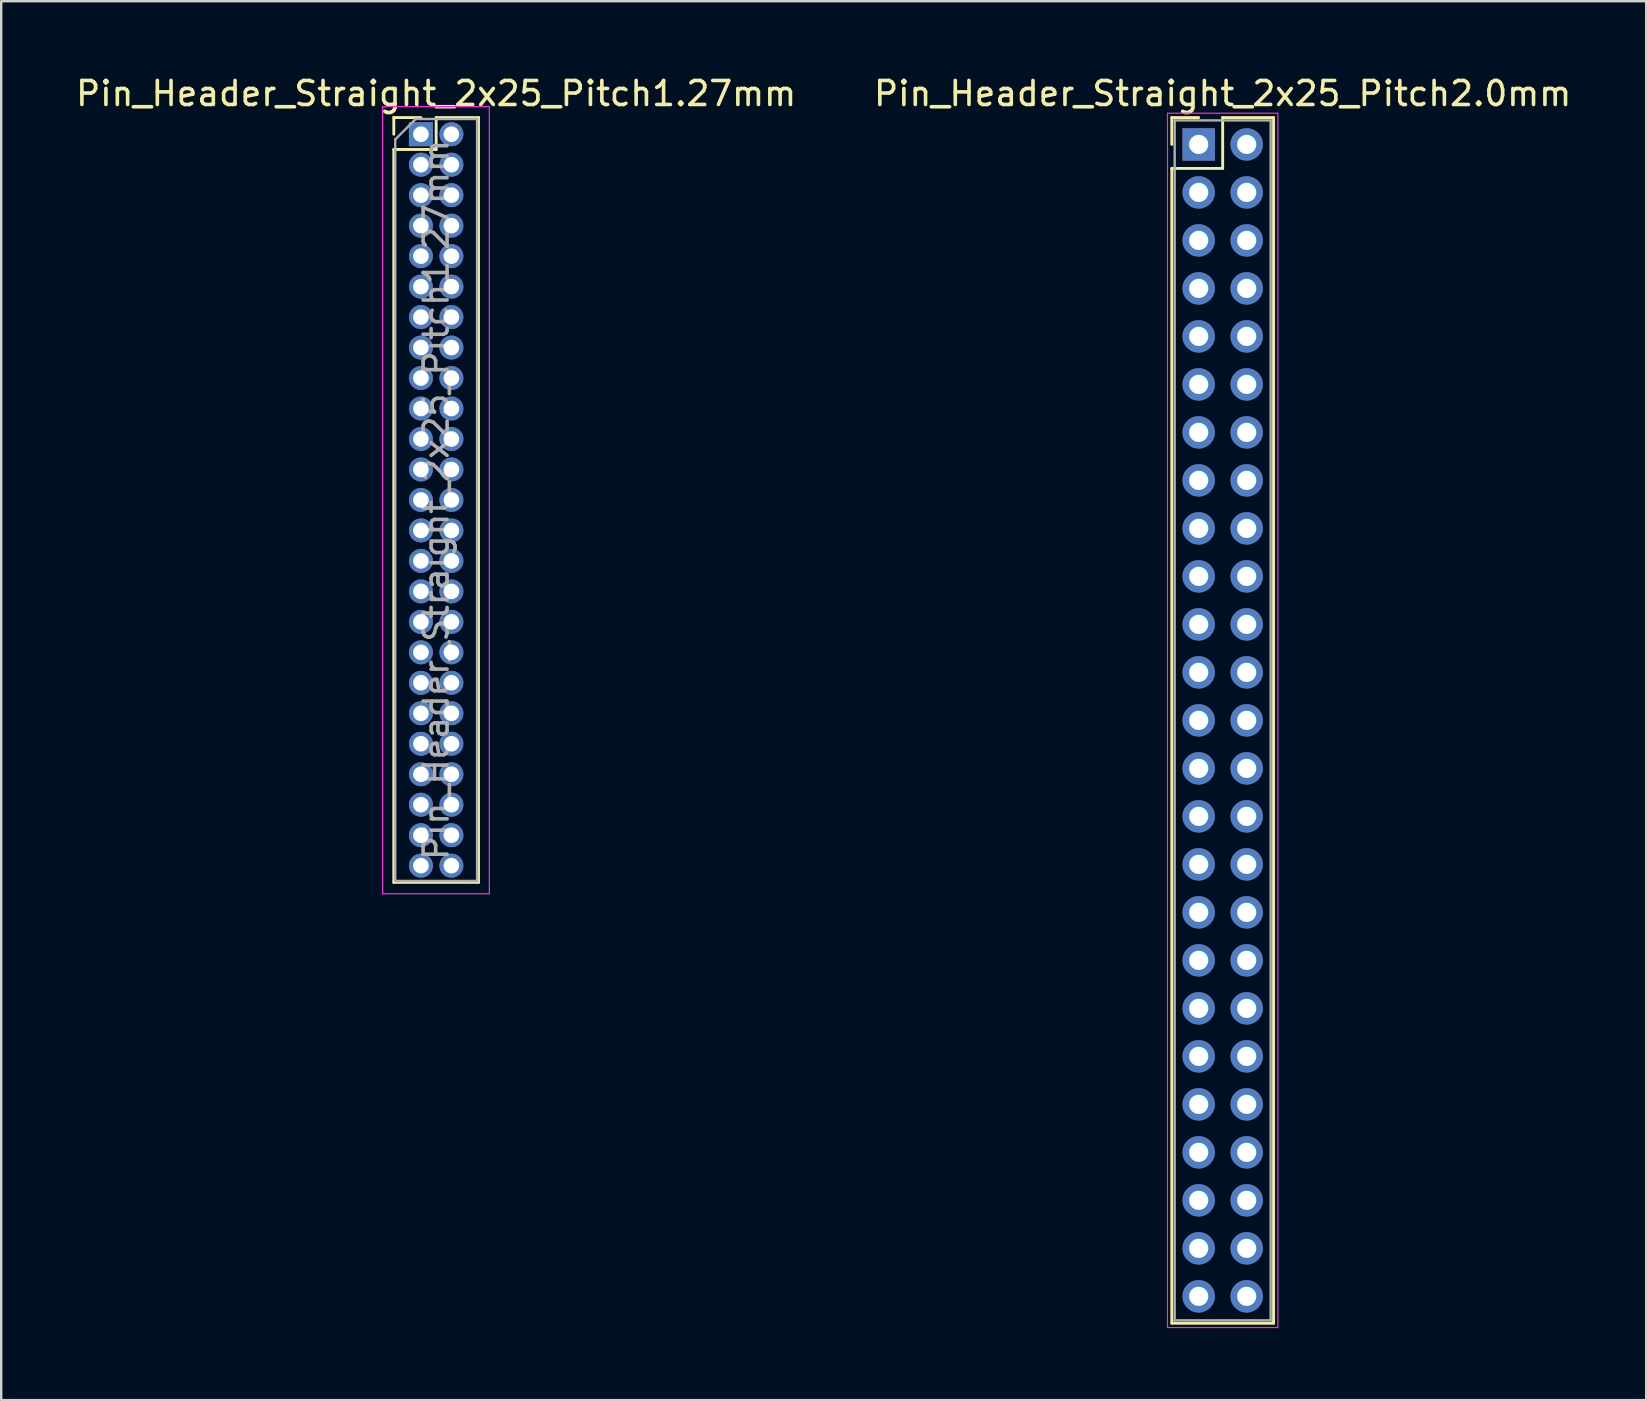
<source format=kicad_pcb>
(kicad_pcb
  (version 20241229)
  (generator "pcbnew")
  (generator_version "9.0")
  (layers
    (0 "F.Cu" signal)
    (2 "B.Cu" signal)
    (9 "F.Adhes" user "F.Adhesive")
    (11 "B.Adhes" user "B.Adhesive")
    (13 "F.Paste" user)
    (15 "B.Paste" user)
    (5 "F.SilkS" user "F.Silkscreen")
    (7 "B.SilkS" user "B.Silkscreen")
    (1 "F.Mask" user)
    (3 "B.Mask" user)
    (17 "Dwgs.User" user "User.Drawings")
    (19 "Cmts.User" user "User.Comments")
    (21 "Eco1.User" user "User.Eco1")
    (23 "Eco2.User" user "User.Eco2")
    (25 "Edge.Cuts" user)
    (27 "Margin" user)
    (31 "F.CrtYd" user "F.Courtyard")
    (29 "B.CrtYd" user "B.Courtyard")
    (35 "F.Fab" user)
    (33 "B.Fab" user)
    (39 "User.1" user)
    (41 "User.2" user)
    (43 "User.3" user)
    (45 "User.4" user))
  (footprint "Pin_Header_Straight_2x25_Pitch2.0mm"
    (layer "F.Cu")
    (at 46.899 2.968)
    (property "Reference" "Pin_Header_Straight_2x25_Pitch2.0mm" (at 1 -2.12 0) (layer "F.SilkS") (effects (font (size 1 1) (thickness 0.15))))
    (attr through_hole)
    (fp_line (start -1.12 -1.12) (end 0 -1.12) (stroke (width 0.12) (type solid)) (layer "F.SilkS"))
    (fp_line (start -1.12 0) (end -1.12 -1.12) (stroke (width 0.12) (type solid)) (layer "F.SilkS"))
    (fp_line (start -1.12 1) (end -1.12 49.12) (stroke (width 0.12) (type solid)) (layer "F.SilkS"))
    (fp_line (start -1.12 49.12) (end 3.12 49.12) (stroke (width 0.12) (type solid)) (layer "F.SilkS"))
    (fp_line (start 1 -1.12) (end 1 1) (stroke (width 0.12) (type solid)) (layer "F.SilkS"))
    (fp_line (start 1 1) (end -1.12 1) (stroke (width 0.12) (type solid)) (layer "F.SilkS"))
    (fp_line (start 3.12 -1.12) (end 1 -1.12) (stroke (width 0.12) (type solid)) (layer "F.SilkS"))
    (fp_line (start 3.12 49.12) (end 3.12 -1.12) (stroke (width 0.12) (type solid)) (layer "F.SilkS"))
    (fp_line (start -1.3 -1.3) (end -1.3 49.3) (stroke (width 0.05) (type solid)) (layer "F.CrtYd"))
    (fp_line (start -1.3 49.3) (end 3.3 49.3) (stroke (width 0.05) (type solid)) (layer "F.CrtYd"))
    (fp_line (start 3.3 -1.3) (end -1.3 -1.3) (stroke (width 0.05) (type solid)) (layer "F.CrtYd"))
    (fp_line (start 3.3 49.3) (end 3.3 -1.3) (stroke (width 0.05) (type solid)) (layer "F.CrtYd"))
    (fp_line (start -1 -1) (end -1 49) (stroke (width 0.1) (type solid)) (layer "F.Fab"))
    (fp_line (start -1 49) (end 3 49) (stroke (width 0.1) (type solid)) (layer "F.Fab"))
    (fp_line (start 3 -1) (end -1 -1) (stroke (width 0.1) (type solid)) (layer "F.Fab"))
    (fp_line (start 3 49) (end 3 -1) (stroke (width 0.1) (type solid)) (layer "F.Fab"))
    (pad "1" thru_hole rect (at 0 0) (size 1.35 1.35) (drill 0.8) (layers "*.Cu" "*.Mask"))
    (pad "2" thru_hole oval (at 2 0) (size 1.35 1.35) (drill 0.8) (layers "*.Cu" "*.Mask"))
    (pad "3" thru_hole oval (at 0 2) (size 1.35 1.35) (drill 0.8) (layers "*.Cu" "*.Mask"))
    (pad "4" thru_hole oval (at 2 2) (size 1.35 1.35) (drill 0.8) (layers "*.Cu" "*.Mask"))
    (pad "5" thru_hole oval (at 0 4) (size 1.35 1.35) (drill 0.8) (layers "*.Cu" "*.Mask"))
    (pad "6" thru_hole oval (at 2 4) (size 1.35 1.35) (drill 0.8) (layers "*.Cu" "*.Mask"))
    (pad "7" thru_hole oval (at 0 6) (size 1.35 1.35) (drill 0.8) (layers "*.Cu" "*.Mask"))
    (pad "8" thru_hole oval (at 2 6) (size 1.35 1.35) (drill 0.8) (layers "*.Cu" "*.Mask"))
    (pad "9" thru_hole oval (at 0 8) (size 1.35 1.35) (drill 0.8) (layers "*.Cu" "*.Mask"))
    (pad "10" thru_hole oval (at 2 8) (size 1.35 1.35) (drill 0.8) (layers "*.Cu" "*.Mask"))
    (pad "11" thru_hole oval (at 0 10) (size 1.35 1.35) (drill 0.8) (layers "*.Cu" "*.Mask"))
    (pad "12" thru_hole oval (at 2 10) (size 1.35 1.35) (drill 0.8) (layers "*.Cu" "*.Mask"))
    (pad "13" thru_hole oval (at 0 12) (size 1.35 1.35) (drill 0.8) (layers "*.Cu" "*.Mask"))
    (pad "14" thru_hole oval (at 2 12) (size 1.35 1.35) (drill 0.8) (layers "*.Cu" "*.Mask"))
    (pad "15" thru_hole oval (at 0 14) (size 1.35 1.35) (drill 0.8) (layers "*.Cu" "*.Mask"))
    (pad "16" thru_hole oval (at 2 14) (size 1.35 1.35) (drill 0.8) (layers "*.Cu" "*.Mask"))
    (pad "17" thru_hole oval (at 0 16) (size 1.35 1.35) (drill 0.8) (layers "*.Cu" "*.Mask"))
    (pad "18" thru_hole oval (at 2 16) (size 1.35 1.35) (drill 0.8) (layers "*.Cu" "*.Mask"))
    (pad "19" thru_hole oval (at 0 18) (size 1.35 1.35) (drill 0.8) (layers "*.Cu" "*.Mask"))
    (pad "20" thru_hole oval (at 2 18) (size 1.35 1.35) (drill 0.8) (layers "*.Cu" "*.Mask"))
    (pad "21" thru_hole oval (at 0 20) (size 1.35 1.35) (drill 0.8) (layers "*.Cu" "*.Mask"))
    (pad "22" thru_hole oval (at 2 20) (size 1.35 1.35) (drill 0.8) (layers "*.Cu" "*.Mask"))
    (pad "23" thru_hole oval (at 0 22) (size 1.35 1.35) (drill 0.8) (layers "*.Cu" "*.Mask"))
    (pad "24" thru_hole oval (at 2 22) (size 1.35 1.35) (drill 0.8) (layers "*.Cu" "*.Mask"))
    (pad "25" thru_hole oval (at 0 24) (size 1.35 1.35) (drill 0.8) (layers "*.Cu" "*.Mask"))
    (pad "26" thru_hole oval (at 2 24) (size 1.35 1.35) (drill 0.8) (layers "*.Cu" "*.Mask"))
    (pad "27" thru_hole oval (at 0 26) (size 1.35 1.35) (drill 0.8) (layers "*.Cu" "*.Mask"))
    (pad "28" thru_hole oval (at 2 26) (size 1.35 1.35) (drill 0.8) (layers "*.Cu" "*.Mask"))
    (pad "29" thru_hole oval (at 0 28) (size 1.35 1.35) (drill 0.8) (layers "*.Cu" "*.Mask"))
    (pad "30" thru_hole oval (at 2 28) (size 1.35 1.35) (drill 0.8) (layers "*.Cu" "*.Mask"))
    (pad "31" thru_hole oval (at 0 30) (size 1.35 1.35) (drill 0.8) (layers "*.Cu" "*.Mask"))
    (pad "32" thru_hole oval (at 2 30) (size 1.35 1.35) (drill 0.8) (layers "*.Cu" "*.Mask"))
    (pad "33" thru_hole oval (at 0 32) (size 1.35 1.35) (drill 0.8) (layers "*.Cu" "*.Mask"))
    (pad "34" thru_hole oval (at 2 32) (size 1.35 1.35) (drill 0.8) (layers "*.Cu" "*.Mask"))
    (pad "35" thru_hole oval (at 0 34) (size 1.35 1.35) (drill 0.8) (layers "*.Cu" "*.Mask"))
    (pad "36" thru_hole oval (at 2 34) (size 1.35 1.35) (drill 0.8) (layers "*.Cu" "*.Mask"))
    (pad "37" thru_hole oval (at 0 36) (size 1.35 1.35) (drill 0.8) (layers "*.Cu" "*.Mask"))
    (pad "38" thru_hole oval (at 2 36) (size 1.35 1.35) (drill 0.8) (layers "*.Cu" "*.Mask"))
    (pad "39" thru_hole oval (at 0 38) (size 1.35 1.35) (drill 0.8) (layers "*.Cu" "*.Mask"))
    (pad "40" thru_hole oval (at 2 38) (size 1.35 1.35) (drill 0.8) (layers "*.Cu" "*.Mask"))
    (pad "41" thru_hole oval (at 0 40) (size 1.35 1.35) (drill 0.8) (layers "*.Cu" "*.Mask"))
    (pad "42" thru_hole oval (at 2 40) (size 1.35 1.35) (drill 0.8) (layers "*.Cu" "*.Mask"))
    (pad "43" thru_hole oval (at 0 42) (size 1.35 1.35) (drill 0.8) (layers "*.Cu" "*.Mask"))
    (pad "44" thru_hole oval (at 2 42) (size 1.35 1.35) (drill 0.8) (layers "*.Cu" "*.Mask"))
    (pad "45" thru_hole oval (at 0 44) (size 1.35 1.35) (drill 0.8) (layers "*.Cu" "*.Mask"))
    (pad "46" thru_hole oval (at 2 44) (size 1.35 1.35) (drill 0.8) (layers "*.Cu" "*.Mask"))
    (pad "47" thru_hole oval (at 0 46) (size 1.35 1.35) (drill 0.8) (layers "*.Cu" "*.Mask"))
    (pad "48" thru_hole oval (at 2 46) (size 1.35 1.35) (drill 0.8) (layers "*.Cu" "*.Mask"))
    (pad "49" thru_hole oval (at 0 48) (size 1.35 1.35) (drill 0.8) (layers "*.Cu" "*.Mask"))
    (pad "50" thru_hole oval (at 2 48) (size 1.35 1.35) (drill 0.8) (layers "*.Cu" "*.Mask")))
  (footprint "Pin_Header_Straight_2x25_Pitch1.27mm"
    (layer "F.Cu")
    (at 14.49 2.543)
    (property "Reference" "Pin_Header_Straight_2x25_Pitch1.27mm" (at 0.635 -1.695 0) (layer "F.SilkS") (effects (font (size 1 1) (thickness 0.15))))
    (attr through_hole)
    (fp_line (start -1.13 -0.695) (end 0 -0.695) (stroke (width 0.12) (type solid)) (layer "F.SilkS"))
    (fp_line (start -1.13 0) (end -1.13 -0.695) (stroke (width 0.12) (type solid)) (layer "F.SilkS"))
    (fp_line (start -1.13 0.635) (end -1.13 31.175) (stroke (width 0.12) (type solid)) (layer "F.SilkS"))
    (fp_line (start -1.13 31.175) (end 2.4 31.175) (stroke (width 0.12) (type solid)) (layer "F.SilkS"))
    (fp_line (start 0.635 -0.695) (end 0.635 0.635) (stroke (width 0.12) (type solid)) (layer "F.SilkS"))
    (fp_line (start 0.635 0.635) (end -1.13 0.635) (stroke (width 0.12) (type solid)) (layer "F.SilkS"))
    (fp_line (start 2.4 -0.695) (end 0.635 -0.695) (stroke (width 0.12) (type solid)) (layer "F.SilkS"))
    (fp_line (start 2.4 31.175) (end 2.4 -0.695) (stroke (width 0.12) (type solid)) (layer "F.SilkS"))
    (fp_line (start -1.6 -1.15) (end -1.6 31.65) (stroke (width 0.05) (type solid)) (layer "F.CrtYd"))
    (fp_line (start -1.6 31.65) (end 2.85 31.65) (stroke (width 0.05) (type solid)) (layer "F.CrtYd"))
    (fp_line (start 2.85 -1.15) (end -1.6 -1.15) (stroke (width 0.05) (type solid)) (layer "F.CrtYd"))
    (fp_line (start 2.85 31.65) (end 2.85 -1.15) (stroke (width 0.05) (type solid)) (layer "F.CrtYd"))
    (fp_line (start -1.07 0.217) (end -0.217 -0.635) (stroke (width 0.1) (type solid)) (layer "F.Fab"))
    (fp_line (start -1.07 31.115) (end -1.07 0.217) (stroke (width 0.1) (type solid)) (layer "F.Fab"))
    (fp_line (start -0.217 -0.635) (end 2.34 -0.635) (stroke (width 0.1) (type solid)) (layer "F.Fab"))
    (fp_line (start 2.34 -0.635) (end 2.34 31.115) (stroke (width 0.1) (type solid)) (layer "F.Fab"))
    (fp_line (start 2.34 31.115) (end -1.07 31.115) (stroke (width 0.1) (type solid)) (layer "F.Fab"))
    (fp_text user "${REFERENCE}" (at 0.635 15.24 90) (layer "F.Fab") (effects (font (size 1 1) (thickness 0.15))))
    (pad "1" thru_hole rect (at 0 0) (size 1 1) (drill 0.65) (layers "*.Cu" "*.Mask"))
    (pad "2" thru_hole oval (at 1.27 0) (size 1 1) (drill 0.65) (layers "*.Cu" "*.Mask"))
    (pad "3" thru_hole oval (at 0 1.27) (size 1 1) (drill 0.65) (layers "*.Cu" "*.Mask"))
    (pad "4" thru_hole oval (at 1.27 1.27) (size 1 1) (drill 0.65) (layers "*.Cu" "*.Mask"))
    (pad "5" thru_hole oval (at 0 2.54) (size 1 1) (drill 0.65) (layers "*.Cu" "*.Mask"))
    (pad "6" thru_hole oval (at 1.27 2.54) (size 1 1) (drill 0.65) (layers "*.Cu" "*.Mask"))
    (pad "7" thru_hole oval (at 0 3.81) (size 1 1) (drill 0.65) (layers "*.Cu" "*.Mask"))
    (pad "8" thru_hole oval (at 1.27 3.81) (size 1 1) (drill 0.65) (layers "*.Cu" "*.Mask"))
    (pad "9" thru_hole oval (at 0 5.08) (size 1 1) (drill 0.65) (layers "*.Cu" "*.Mask"))
    (pad "10" thru_hole oval (at 1.27 5.08) (size 1 1) (drill 0.65) (layers "*.Cu" "*.Mask"))
    (pad "11" thru_hole oval (at 0 6.35) (size 1 1) (drill 0.65) (layers "*.Cu" "*.Mask"))
    (pad "12" thru_hole oval (at 1.27 6.35) (size 1 1) (drill 0.65) (layers "*.Cu" "*.Mask"))
    (pad "13" thru_hole oval (at 0 7.62) (size 1 1) (drill 0.65) (layers "*.Cu" "*.Mask"))
    (pad "14" thru_hole oval (at 1.27 7.62) (size 1 1) (drill 0.65) (layers "*.Cu" "*.Mask"))
    (pad "15" thru_hole oval (at 0 8.89) (size 1 1) (drill 0.65) (layers "*.Cu" "*.Mask"))
    (pad "16" thru_hole oval (at 1.27 8.89) (size 1 1) (drill 0.65) (layers "*.Cu" "*.Mask"))
    (pad "17" thru_hole oval (at 0 10.16) (size 1 1) (drill 0.65) (layers "*.Cu" "*.Mask"))
    (pad "18" thru_hole oval (at 1.27 10.16) (size 1 1) (drill 0.65) (layers "*.Cu" "*.Mask"))
    (pad "19" thru_hole oval (at 0 11.43) (size 1 1) (drill 0.65) (layers "*.Cu" "*.Mask"))
    (pad "20" thru_hole oval (at 1.27 11.43) (size 1 1) (drill 0.65) (layers "*.Cu" "*.Mask"))
    (pad "21" thru_hole oval (at 0 12.7) (size 1 1) (drill 0.65) (layers "*.Cu" "*.Mask"))
    (pad "22" thru_hole oval (at 1.27 12.7) (size 1 1) (drill 0.65) (layers "*.Cu" "*.Mask"))
    (pad "23" thru_hole oval (at 0 13.97) (size 1 1) (drill 0.65) (layers "*.Cu" "*.Mask"))
    (pad "24" thru_hole oval (at 1.27 13.97) (size 1 1) (drill 0.65) (layers "*.Cu" "*.Mask"))
    (pad "25" thru_hole oval (at 0 15.24) (size 1 1) (drill 0.65) (layers "*.Cu" "*.Mask"))
    (pad "26" thru_hole oval (at 1.27 15.24) (size 1 1) (drill 0.65) (layers "*.Cu" "*.Mask"))
    (pad "27" thru_hole oval (at 0 16.51) (size 1 1) (drill 0.65) (layers "*.Cu" "*.Mask"))
    (pad "28" thru_hole oval (at 1.27 16.51) (size 1 1) (drill 0.65) (layers "*.Cu" "*.Mask"))
    (pad "29" thru_hole oval (at 0 17.78) (size 1 1) (drill 0.65) (layers "*.Cu" "*.Mask"))
    (pad "30" thru_hole oval (at 1.27 17.78) (size 1 1) (drill 0.65) (layers "*.Cu" "*.Mask"))
    (pad "31" thru_hole oval (at 0 19.05) (size 1 1) (drill 0.65) (layers "*.Cu" "*.Mask"))
    (pad "32" thru_hole oval (at 1.27 19.05) (size 1 1) (drill 0.65) (layers "*.Cu" "*.Mask"))
    (pad "33" thru_hole oval (at 0 20.32) (size 1 1) (drill 0.65) (layers "*.Cu" "*.Mask"))
    (pad "34" thru_hole oval (at 1.27 20.32) (size 1 1) (drill 0.65) (layers "*.Cu" "*.Mask"))
    (pad "35" thru_hole oval (at 0 21.59) (size 1 1) (drill 0.65) (layers "*.Cu" "*.Mask"))
    (pad "36" thru_hole oval (at 1.27 21.59) (size 1 1) (drill 0.65) (layers "*.Cu" "*.Mask"))
    (pad "37" thru_hole oval (at 0 22.86) (size 1 1) (drill 0.65) (layers "*.Cu" "*.Mask"))
    (pad "38" thru_hole oval (at 1.27 22.86) (size 1 1) (drill 0.65) (layers "*.Cu" "*.Mask"))
    (pad "39" thru_hole oval (at 0 24.13) (size 1 1) (drill 0.65) (layers "*.Cu" "*.Mask"))
    (pad "40" thru_hole oval (at 1.27 24.13) (size 1 1) (drill 0.65) (layers "*.Cu" "*.Mask"))
    (pad "41" thru_hole oval (at 0 25.4) (size 1 1) (drill 0.65) (layers "*.Cu" "*.Mask"))
    (pad "42" thru_hole oval (at 1.27 25.4) (size 1 1) (drill 0.65) (layers "*.Cu" "*.Mask"))
    (pad "43" thru_hole oval (at 0 26.67) (size 1 1) (drill 0.65) (layers "*.Cu" "*.Mask"))
    (pad "44" thru_hole oval (at 1.27 26.67) (size 1 1) (drill 0.65) (layers "*.Cu" "*.Mask"))
    (pad "45" thru_hole oval (at 0 27.94) (size 1 1) (drill 0.65) (layers "*.Cu" "*.Mask"))
    (pad "46" thru_hole oval (at 1.27 27.94) (size 1 1) (drill 0.65) (layers "*.Cu" "*.Mask"))
    (pad "47" thru_hole oval (at 0 29.21) (size 1 1) (drill 0.65) (layers "*.Cu" "*.Mask"))
    (pad "48" thru_hole oval (at 1.27 29.21) (size 1 1) (drill 0.65) (layers "*.Cu" "*.Mask"))
    (pad "49" thru_hole oval (at 0 30.48) (size 1 1) (drill 0.65) (layers "*.Cu" "*.Mask"))
    (pad "50" thru_hole oval (at 1.27 30.48) (size 1 1) (drill 0.65) (layers "*.Cu" "*.Mask")))
  (gr_rect
    (start -3 -3)
    (end 65.548 55.293)
    (stroke (width 0.1) (type default))
    (fill no)
    (layer "Edge.Cuts")))
</source>
